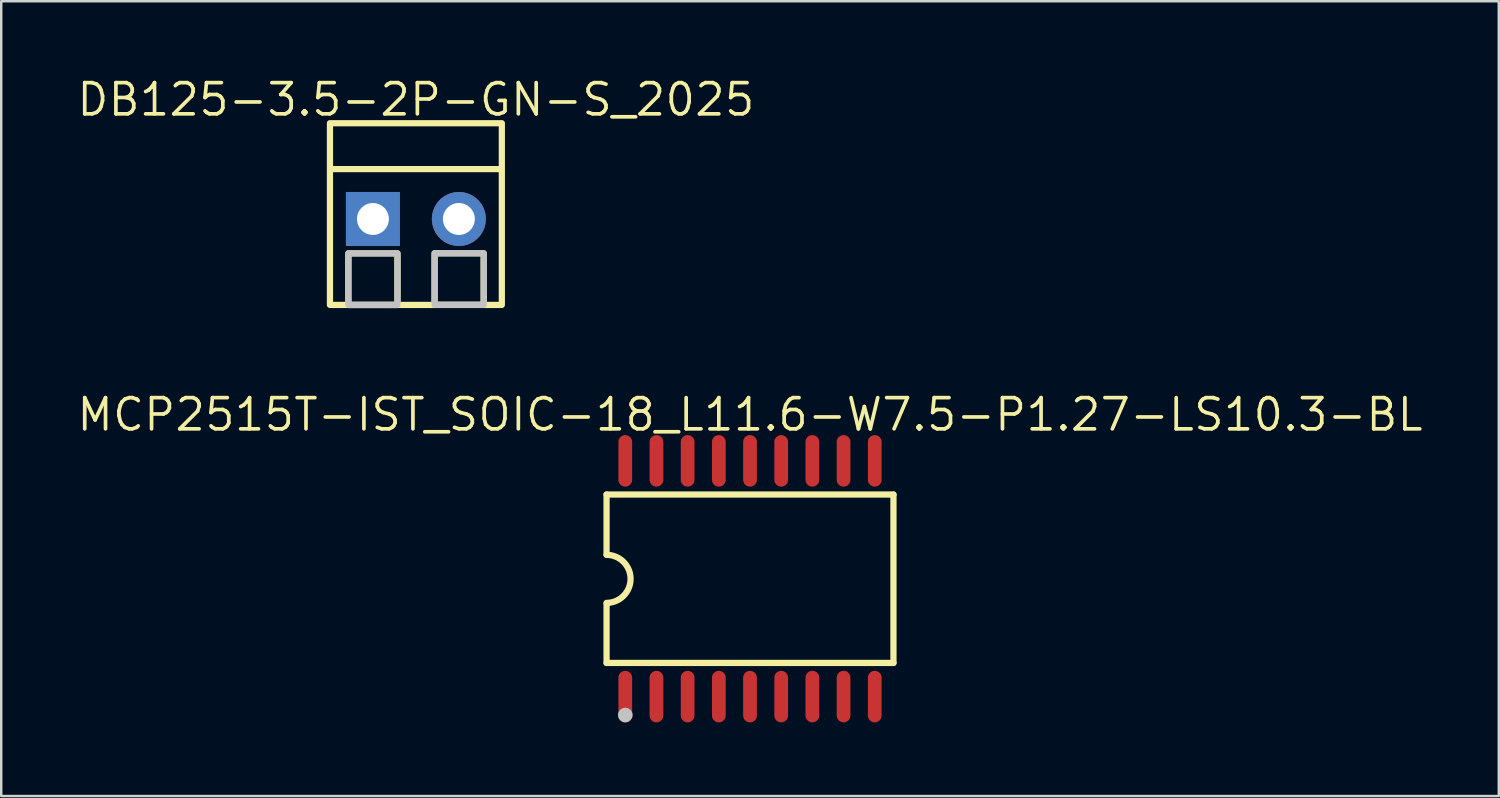
<source format=kicad_pcb>
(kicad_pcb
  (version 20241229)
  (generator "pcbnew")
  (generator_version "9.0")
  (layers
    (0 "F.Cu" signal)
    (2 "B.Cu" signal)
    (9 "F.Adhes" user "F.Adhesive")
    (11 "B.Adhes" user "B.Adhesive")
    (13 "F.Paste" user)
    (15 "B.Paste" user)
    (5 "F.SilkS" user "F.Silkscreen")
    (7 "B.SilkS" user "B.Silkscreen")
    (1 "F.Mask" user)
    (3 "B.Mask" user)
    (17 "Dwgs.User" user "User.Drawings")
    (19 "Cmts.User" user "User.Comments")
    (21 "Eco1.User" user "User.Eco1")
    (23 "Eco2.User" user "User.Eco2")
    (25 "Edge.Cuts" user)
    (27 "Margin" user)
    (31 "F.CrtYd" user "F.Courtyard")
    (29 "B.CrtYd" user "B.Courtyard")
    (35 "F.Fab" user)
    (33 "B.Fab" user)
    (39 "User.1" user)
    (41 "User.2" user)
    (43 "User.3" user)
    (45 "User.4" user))
  (footprint "MCP2515T-IST_SOIC-18_L11.6-W7.5-P1.27-LS10.3-BL"
    (layer "F.Cu")
    (at 27.494 20.519)
    (property "Reference" "MCP2515T-IST_SOIC-18_L11.6-W7.5-P1.27-LS10.3-BL" (at 0 -6.685 0) (layer "F.SilkS") (effects (font (size 1.27 1.27) (thickness 0.15))))
    (fp_line (start -5.842 -3.429) (end -5.842 -0.973) (stroke (width 0.254) (type default)) (layer "F.SilkS"))
    (fp_line (start -5.842 -3.429) (end 5.842 -3.429) (stroke (width 0.254) (type default)) (layer "F.SilkS"))
    (fp_line (start -5.842 3.429) (end -5.842 1.011) (stroke (width 0.254) (type default)) (layer "F.SilkS"))
    (fp_line (start 5.842 -3.429) (end 5.842 3.429) (stroke (width 0.254) (type default)) (layer "F.SilkS"))
    (fp_line (start 5.842 3.429) (end -5.842 3.429) (stroke (width 0.254) (type default)) (layer "F.SilkS"))
    (fp_arc (start -5.842 -0.9728) (mid -4.8641 0.0051) (end -5.842 0.983) (stroke (width 0.254) (type default)) (layer "F.SilkS"))
    (fp_circle (center -5.08 5.55) (end -4.93 5.55) (stroke (width 0.3) (type default)) (fill no) (layer "Dwgs.User"))
    (fp_circle (center -5.07 2.55) (end -5.04 2.55) (stroke (width 0.06) (type default)) (fill no) (layer "User.5"))
    (pad "1" smd oval (at -5.08 4.8) (size 0.56 2.1) (layers "F.Cu" "F.Mask" "F.Paste"))
    (pad "2" smd oval (at -3.81 4.8) (size 0.56 2.1) (layers "F.Cu" "F.Mask" "F.Paste"))
    (pad "3" smd oval (at -2.54 4.8) (size 0.56 2.1) (layers "F.Cu" "F.Mask" "F.Paste"))
    (pad "4" smd oval (at -1.27 4.8) (size 0.56 2.1) (layers "F.Cu" "F.Mask" "F.Paste"))
    (pad "5" smd oval (at 0 4.8) (size 0.56 2.1) (layers "F.Cu" "F.Mask" "F.Paste"))
    (pad "6" smd oval (at 1.27 4.8) (size 0.56 2.1) (layers "F.Cu" "F.Mask" "F.Paste"))
    (pad "7" smd oval (at 2.54 4.8) (size 0.56 2.1) (layers "F.Cu" "F.Mask" "F.Paste"))
    (pad "8" smd oval (at 3.81 4.8) (size 0.56 2.1) (layers "F.Cu" "F.Mask" "F.Paste"))
    (pad "9" smd oval (at 5.08 4.8) (size 0.56 2.1) (layers "F.Cu" "F.Mask" "F.Paste"))
    (pad "10" smd oval (at 5.08 -4.8) (size 0.56 2.1) (layers "F.Cu" "F.Mask" "F.Paste"))
    (pad "11" smd oval (at 3.81 -4.8) (size 0.56 2.1) (layers "F.Cu" "F.Mask" "F.Paste"))
    (pad "12" smd oval (at 2.54 -4.8) (size 0.56 2.1) (layers "F.Cu" "F.Mask" "F.Paste"))
    (pad "13" smd oval (at 1.27 -4.8) (size 0.56 2.1) (layers "F.Cu" "F.Mask" "F.Paste"))
    (pad "14" smd oval (at 0 -4.8) (size 0.56 2.1) (layers "F.Cu" "F.Mask" "F.Paste"))
    (pad "15" smd oval (at -1.27 -4.8) (size 0.56 2.1) (layers "F.Cu" "F.Mask" "F.Paste"))
    (pad "16" smd oval (at -2.54 -4.8) (size 0.56 2.1) (layers "F.Cu" "F.Mask" "F.Paste"))
    (pad "17" smd oval (at -3.81 -4.8) (size 0.56 2.1) (layers "F.Cu" "F.Mask" "F.Paste"))
    (pad "18" smd oval (at -5.08 -4.8) (size 0.56 2.1) (layers "F.Cu" "F.Mask" "F.Paste"))
    (zone (net_name "") (layer "F.SilkS") (hatch edge 0.5) (priority 100) (connect_pads yes) (min_thickness 0) (filled_areas_thickness no) (fill yes) (polygon (pts (arc (start 21.943716 23.0493) (mid 22.483716 22.505587) (end 23.023716 23.0493)) (arc (start 23.023716 23.0493) (mid 22.483716 23.593013) (end 21.943716 23.0493)))) (filled_polygon (layer "F.SilkS") (island) (pts (arc (start 21.943716 23.0493) (mid 22.483716 22.505587) (end 23.023716 23.0493)) (arc (start 23.023716 23.0493) (mid 22.483716 23.593013) (end 21.943716 23.0493)))))
    (zone (net_name "") (layer "User.3") (hatch edge 0.5) (priority 100) (connect_pads yes) (min_thickness 0) (filled_areas_thickness no) (fill yes) (polygon (pts (xy 21.719 24.269) (xy 21.719 16.769) (xy 33.269 16.769) (xy 33.269 24.269))) (filled_polygon (layer "User.3") (island) (pts (xy 21.719 24.269) (xy 21.719 16.769) (xy 33.269 16.769) (xy 33.269 24.269))))
    (zone (net_name "") (layer "User.4") (hatch edge 0.5) (priority 100) (connect_pads yes) (min_thickness 0) (filled_areas_thickness no) (fill yes) (polygon (pts (xy 22.214 15.369) (xy 22.214 16.069) (xy 22.614 16.069) (xy 22.614 15.369))) (filled_polygon (layer "User.4") (island) (pts (xy 22.214 15.369) (xy 22.214 16.069) (xy 22.614 16.069) (xy 22.614 15.369))))
    (zone (net_name "") (layer "User.4") (hatch edge 0.5) (priority 100) (connect_pads) (min_thickness 0) (filled_areas_thickness no) (keepout (tracks allowed) (vias allowed) (pads allowed) (copperpour not_allowed) (footprints allowed)) (placement (enabled no)) (fill) (polygon (pts (xy 22.214 16.059) (xy 22.214 17.029) (xy 22.614 17.029) (xy 22.614 16.059))))
    (zone (net_name "") (layer "User.4") (hatch edge 0.5) (priority 100) (connect_pads) (min_thickness 0) (filled_areas_thickness no) (keepout (tracks allowed) (vias allowed) (pads allowed) (copperpour not_allowed) (footprints allowed)) (placement (enabled no)) (fill) (polygon (pts (xy 22.214 24.979) (xy 22.214 24.009) (xy 22.614 24.009) (xy 22.614 24.979))))
    (zone (net_name "") (layer "User.4") (hatch edge 0.5) (priority 100) (connect_pads yes) (min_thickness 0) (filled_areas_thickness no) (fill yes) (polygon (pts (xy 22.214 25.669) (xy 22.214 24.969) (xy 22.614 24.969) (xy 22.614 25.669))) (filled_polygon (layer "User.4") (island) (pts (xy 22.214 25.669) (xy 22.214 24.969) (xy 22.614 24.969) (xy 22.614 25.669))))
    (zone (net_name "") (layer "User.4") (hatch edge 0.5) (priority 100) (connect_pads yes) (min_thickness 0) (filled_areas_thickness no) (fill yes) (polygon (pts (xy 23.484 15.369) (xy 23.484 16.069) (xy 23.884 16.069) (xy 23.884 15.369))) (filled_polygon (layer "User.4") (island) (pts (xy 23.484 15.369) (xy 23.484 16.069) (xy 23.884 16.069) (xy 23.884 15.369))))
    (zone (net_name "") (layer "User.4") (hatch edge 0.5) (priority 100) (connect_pads) (min_thickness 0) (filled_areas_thickness no) (keepout (tracks allowed) (vias allowed) (pads allowed) (copperpour not_allowed) (footprints allowed)) (placement (enabled no)) (fill) (polygon (pts (xy 23.484 16.059) (xy 23.484 17.029) (xy 23.884 17.029) (xy 23.884 16.059))))
    (zone (net_name "") (layer "User.4") (hatch edge 0.5) (priority 100) (connect_pads) (min_thickness 0) (filled_areas_thickness no) (keepout (tracks allowed) (vias allowed) (pads allowed) (copperpour not_allowed) (footprints allowed)) (placement (enabled no)) (fill) (polygon (pts (xy 23.484 24.979) (xy 23.484 24.009) (xy 23.884 24.009) (xy 23.884 24.979))))
    (zone (net_name "") (layer "User.4") (hatch edge 0.5) (priority 100) (connect_pads yes) (min_thickness 0) (filled_areas_thickness no) (fill yes) (polygon (pts (xy 23.484 25.669) (xy 23.484 24.969) (xy 23.884 24.969) (xy 23.884 25.669))) (filled_polygon (layer "User.4") (island) (pts (xy 23.484 25.669) (xy 23.484 24.969) (xy 23.884 24.969) (xy 23.884 25.669))))
    (zone (net_name "") (layer "User.4") (hatch edge 0.5) (priority 100) (connect_pads yes) (min_thickness 0) (filled_areas_thickness no) (fill yes) (polygon (pts (xy 24.754 15.369) (xy 24.754 16.069) (xy 25.154 16.069) (xy 25.154 15.369))) (filled_polygon (layer "User.4") (island) (pts (xy 24.754 15.369) (xy 24.754 16.069) (xy 25.154 16.069) (xy 25.154 15.369))))
    (zone (net_name "") (layer "User.4") (hatch edge 0.5) (priority 100) (connect_pads) (min_thickness 0) (filled_areas_thickness no) (keepout (tracks allowed) (vias allowed) (pads allowed) (copperpour not_allowed) (footprints allowed)) (placement (enabled no)) (fill) (polygon (pts (xy 24.754 16.059) (xy 24.754 17.029) (xy 25.154 17.029) (xy 25.154 16.059))))
    (zone (net_name "") (layer "User.4") (hatch edge 0.5) (priority 100) (connect_pads) (min_thickness 0) (filled_areas_thickness no) (keepout (tracks allowed) (vias allowed) (pads allowed) (copperpour not_allowed) (footprints allowed)) (placement (enabled no)) (fill) (polygon (pts (xy 24.754 24.979) (xy 24.754 24.009) (xy 25.154 24.009) (xy 25.154 24.979))))
    (zone (net_name "") (layer "User.4") (hatch edge 0.5) (priority 100) (connect_pads yes) (min_thickness 0) (filled_areas_thickness no) (fill yes) (polygon (pts (xy 24.754 25.669) (xy 24.754 24.969) (xy 25.154 24.969) (xy 25.154 25.669))) (filled_polygon (layer "User.4") (island) (pts (xy 24.754 25.669) (xy 24.754 24.969) (xy 25.154 24.969) (xy 25.154 25.669))))
    (zone (net_name "") (layer "User.4") (hatch edge 0.5) (priority 100) (connect_pads yes) (min_thickness 0) (filled_areas_thickness no) (fill yes) (polygon (pts (xy 26.024 15.369) (xy 26.024 16.069) (xy 26.424 16.069) (xy 26.424 15.369))) (filled_polygon (layer "User.4") (island) (pts (xy 26.024 15.369) (xy 26.024 16.069) (xy 26.424 16.069) (xy 26.424 15.369))))
    (zone (net_name "") (layer "User.4") (hatch edge 0.5) (priority 100) (connect_pads) (min_thickness 0) (filled_areas_thickness no) (keepout (tracks allowed) (vias allowed) (pads allowed) (copperpour not_allowed) (footprints allowed)) (placement (enabled no)) (fill) (polygon (pts (xy 26.024 16.059) (xy 26.024 17.029) (xy 26.424 17.029) (xy 26.424 16.059))))
    (zone (net_name "") (layer "User.4") (hatch edge 0.5) (priority 100) (connect_pads) (min_thickness 0) (filled_areas_thickness no) (keepout (tracks allowed) (vias allowed) (pads allowed) (copperpour not_allowed) (footprints allowed)) (placement (enabled no)) (fill) (polygon (pts (xy 26.024 24.979) (xy 26.024 24.009) (xy 26.424 24.009) (xy 26.424 24.979))))
    (zone (net_name "") (layer "User.4") (hatch edge 0.5) (priority 100) (connect_pads yes) (min_thickness 0) (filled_areas_thickness no) (fill yes) (polygon (pts (xy 26.024 25.669) (xy 26.024 24.969) (xy 26.424 24.969) (xy 26.424 25.669))) (filled_polygon (layer "User.4") (island) (pts (xy 26.024 25.669) (xy 26.024 24.969) (xy 26.424 24.969) (xy 26.424 25.669))))
    (zone (net_name "") (layer "User.4") (hatch edge 0.5) (priority 100) (connect_pads yes) (min_thickness 0) (filled_areas_thickness no) (fill yes) (polygon (pts (xy 27.294 15.369) (xy 27.294 16.069) (xy 27.694 16.069) (xy 27.694 15.369))) (filled_polygon (layer "User.4") (island) (pts (xy 27.294 15.369) (xy 27.294 16.069) (xy 27.694 16.069) (xy 27.694 15.369))))
    (zone (net_name "") (layer "User.4") (hatch edge 0.5) (priority 100) (connect_pads) (min_thickness 0) (filled_areas_thickness no) (keepout (tracks allowed) (vias allowed) (pads allowed) (copperpour not_allowed) (footprints allowed)) (placement (enabled no)) (fill) (polygon (pts (xy 27.294 16.059) (xy 27.294 17.029) (xy 27.694 17.029) (xy 27.694 16.059))))
    (zone (net_name "") (layer "User.4") (hatch edge 0.5) (priority 100) (connect_pads) (min_thickness 0) (filled_areas_thickness no) (keepout (tracks allowed) (vias allowed) (pads allowed) (copperpour not_allowed) (footprints allowed)) (placement (enabled no)) (fill) (polygon (pts (xy 27.294 24.979) (xy 27.294 24.009) (xy 27.694 24.009) (xy 27.694 24.979))))
    (zone (net_name "") (layer "User.4") (hatch edge 0.5) (priority 100) (connect_pads yes) (min_thickness 0) (filled_areas_thickness no) (fill yes) (polygon (pts (xy 27.294 25.669) (xy 27.294 24.969) (xy 27.694 24.969) (xy 27.694 25.669))) (filled_polygon (layer "User.4") (island) (pts (xy 27.294 25.669) (xy 27.294 24.969) (xy 27.694 24.969) (xy 27.694 25.669))))
    (zone (net_name "") (layer "User.4") (hatch edge 0.5) (priority 100) (connect_pads yes) (min_thickness 0) (filled_areas_thickness no) (fill yes) (polygon (pts (xy 28.564 15.369) (xy 28.564 16.069) (xy 28.964 16.069) (xy 28.964 15.369))) (filled_polygon (layer "User.4") (island) (pts (xy 28.564 15.369) (xy 28.564 16.069) (xy 28.964 16.069) (xy 28.964 15.369))))
    (zone (net_name "") (layer "User.4") (hatch edge 0.5) (priority 100) (connect_pads) (min_thickness 0) (filled_areas_thickness no) (keepout (tracks allowed) (vias allowed) (pads allowed) (copperpour not_allowed) (footprints allowed)) (placement (enabled no)) (fill) (polygon (pts (xy 28.564 16.059) (xy 28.564 17.029) (xy 28.964 17.029) (xy 28.964 16.059))))
    (zone (net_name "") (layer "User.4") (hatch edge 0.5) (priority 100) (connect_pads) (min_thickness 0) (filled_areas_thickness no) (keepout (tracks allowed) (vias allowed) (pads allowed) (copperpour not_allowed) (footprints allowed)) (placement (enabled no)) (fill) (polygon (pts (xy 28.564 24.979) (xy 28.564 24.009) (xy 28.964 24.009) (xy 28.964 24.979))))
    (zone (net_name "") (layer "User.4") (hatch edge 0.5) (priority 100) (connect_pads yes) (min_thickness 0) (filled_areas_thickness no) (fill yes) (polygon (pts (xy 28.564 25.669) (xy 28.564 24.969) (xy 28.964 24.969) (xy 28.964 25.669))) (filled_polygon (layer "User.4") (island) (pts (xy 28.564 25.669) (xy 28.564 24.969) (xy 28.964 24.969) (xy 28.964 25.669))))
    (zone (net_name "") (layer "User.4") (hatch edge 0.5) (priority 100) (connect_pads yes) (min_thickness 0) (filled_areas_thickness no) (fill yes) (polygon (pts (xy 29.834 15.369) (xy 29.834 16.069) (xy 30.234 16.069) (xy 30.234 15.369))) (filled_polygon (layer "User.4") (island) (pts (xy 29.834 15.369) (xy 29.834 16.069) (xy 30.234 16.069) (xy 30.234 15.369))))
    (zone (net_name "") (layer "User.4") (hatch edge 0.5) (priority 100) (connect_pads) (min_thickness 0) (filled_areas_thickness no) (keepout (tracks allowed) (vias allowed) (pads allowed) (copperpour not_allowed) (footprints allowed)) (placement (enabled no)) (fill) (polygon (pts (xy 29.834 16.059) (xy 29.834 17.029) (xy 30.234 17.029) (xy 30.234 16.059))))
    (zone (net_name "") (layer "User.4") (hatch edge 0.5) (priority 100) (connect_pads) (min_thickness 0) (filled_areas_thickness no) (keepout (tracks allowed) (vias allowed) (pads allowed) (copperpour not_allowed) (footprints allowed)) (placement (enabled no)) (fill) (polygon (pts (xy 29.834 24.979) (xy 29.834 24.009) (xy 30.234 24.009) (xy 30.234 24.979))))
    (zone (net_name "") (layer "User.4") (hatch edge 0.5) (priority 100) (connect_pads yes) (min_thickness 0) (filled_areas_thickness no) (fill yes) (polygon (pts (xy 29.834 25.669) (xy 29.834 24.969) (xy 30.234 24.969) (xy 30.234 25.669))) (filled_polygon (layer "User.4") (island) (pts (xy 29.834 25.669) (xy 29.834 24.969) (xy 30.234 24.969) (xy 30.234 25.669))))
    (zone (net_name "") (layer "User.4") (hatch edge 0.5) (priority 100) (connect_pads yes) (min_thickness 0) (filled_areas_thickness no) (fill yes) (polygon (pts (xy 31.104 15.369) (xy 31.104 16.069) (xy 31.504 16.069) (xy 31.504 15.369))) (filled_polygon (layer "User.4") (island) (pts (xy 31.104 15.369) (xy 31.104 16.069) (xy 31.504 16.069) (xy 31.504 15.369))))
    (zone (net_name "") (layer "User.4") (hatch edge 0.5) (priority 100) (connect_pads) (min_thickness 0) (filled_areas_thickness no) (keepout (tracks allowed) (vias allowed) (pads allowed) (copperpour not_allowed) (footprints allowed)) (placement (enabled no)) (fill) (polygon (pts (xy 31.104 16.059) (xy 31.104 17.029) (xy 31.504 17.029) (xy 31.504 16.059))))
    (zone (net_name "") (layer "User.4") (hatch edge 0.5) (priority 100) (connect_pads) (min_thickness 0) (filled_areas_thickness no) (keepout (tracks allowed) (vias allowed) (pads allowed) (copperpour not_allowed) (footprints allowed)) (placement (enabled no)) (fill) (polygon (pts (xy 31.104 24.979) (xy 31.104 24.009) (xy 31.504 24.009) (xy 31.504 24.979))))
    (zone (net_name "") (layer "User.4") (hatch edge 0.5) (priority 100) (connect_pads yes) (min_thickness 0) (filled_areas_thickness no) (fill yes) (polygon (pts (xy 31.104 25.669) (xy 31.104 24.969) (xy 31.504 24.969) (xy 31.504 25.669))) (filled_polygon (layer "User.4") (island) (pts (xy 31.104 25.669) (xy 31.104 24.969) (xy 31.504 24.969) (xy 31.504 25.669))))
    (zone (net_name "") (layer "User.4") (hatch edge 0.5) (priority 100) (connect_pads yes) (min_thickness 0) (filled_areas_thickness no) (fill yes) (polygon (pts (xy 32.374 15.369) (xy 32.374 16.069) (xy 32.774 16.069) (xy 32.774 15.369))) (filled_polygon (layer "User.4") (island) (pts (xy 32.374 15.369) (xy 32.374 16.069) (xy 32.774 16.069) (xy 32.774 15.369))))
    (zone (net_name "") (layer "User.4") (hatch edge 0.5) (priority 100) (connect_pads) (min_thickness 0) (filled_areas_thickness no) (keepout (tracks allowed) (vias allowed) (pads allowed) (copperpour not_allowed) (footprints allowed)) (placement (enabled no)) (fill) (polygon (pts (xy 32.374 16.059) (xy 32.374 17.029) (xy 32.774 17.029) (xy 32.774 16.059))))
    (zone (net_name "") (layer "User.4") (hatch edge 0.5) (priority 100) (connect_pads) (min_thickness 0) (filled_areas_thickness no) (keepout (tracks allowed) (vias allowed) (pads allowed) (copperpour not_allowed) (footprints allowed)) (placement (enabled no)) (fill) (polygon (pts (xy 32.374 24.979) (xy 32.374 24.009) (xy 32.774 24.009) (xy 32.774 24.979))))
    (zone (net_name "") (layer "User.4") (hatch edge 0.5) (priority 100) (connect_pads yes) (min_thickness 0) (filled_areas_thickness no) (fill yes) (polygon (pts (xy 32.374 25.669) (xy 32.374 24.969) (xy 32.774 24.969) (xy 32.774 25.669))) (filled_polygon (layer "User.4") (island) (pts (xy 32.374 25.669) (xy 32.374 24.969) (xy 32.774 24.969) (xy 32.774 25.669)))))
  (footprint "DB125-3.5-2P-GN-S_2025"
    (layer "F.Cu")
    (at 13.887 5.868)
    (property "Reference" "DB125-3.5-2P-GN-S_2025" (at -0.0001 -4.862 0) (layer "F.SilkS") (effects (font (size 1.27 1.27) (thickness 0.15))))
    (fp_line (start -3.457 -2.032) (end 3.429 -2.032) (stroke (width 0.254) (type default)) (layer "F.SilkS"))
    (fp_rect (start -3.5 -3.9) (end 3.5 3.5) (stroke (width 0.254) (type default)) (fill no) (layer "F.SilkS"))
    (fp_rect (start -2.75 1.4) (end -0.75 3.5) (stroke (width 0.254) (type default)) (fill no) (layer "F.SilkS"))
    (fp_rect (start 0.762 1.397) (end 2.762 3.497) (stroke (width 0.254) (type default)) (fill no) (layer "F.SilkS"))
    (fp_rect (start -2.75 1.4) (end -0.75 3.5) (stroke (width 0.254) (type default)) (fill no) (layer "Dwgs.User"))
    (fp_rect (start 0.762 1.397) (end 2.762 3.497) (stroke (width 0.254) (type default)) (fill no) (layer "Dwgs.User"))
    (fp_circle (center -1.75 0) (end -1.475 0) (stroke (width 0.55) (type default)) (fill no) (layer "User.4"))
    (fp_circle (center 1.75 0) (end 2.025 0) (stroke (width 0.55) (type default)) (fill no) (layer "User.4"))
    (fp_circle (center -3.5 3.9) (end -3.47 3.9) (stroke (width 0.06) (type default)) (fill no) (layer "User.5"))
    (pad "1" thru_hole rect (at -1.75 0) (size 2.2 2.2) (drill 1.3) (layers "*.Cu" "*.Mask"))
    (pad "2" thru_hole oval (at 1.75 0) (size 2.2 2.2) (drill 1.3) (layers "*.Cu" "*.Mask"))
    (zone (net_name "") (layer "Dwgs.User") (hatch edge 0.5) (priority 100) (connect_pads yes) (min_thickness 0) (filled_areas_thickness no) (fill yes) (polygon (pts (xy 12.127 7.638) (xy 11.637 8.128) (xy 12.607 8.128))) (filled_polygon (layer "Dwgs.User") (island) (pts (xy 12.127 7.638) (xy 11.637 8.128) (xy 12.607 8.128))))
    (zone (net_name "") (layer "Dwgs.User") (hatch edge 0.5) (priority 100) (connect_pads yes) (min_thickness 0) (filled_areas_thickness no) (fill yes) (polygon (pts (xy 15.639 7.635) (xy 15.149 8.125) (xy 16.119 8.125))) (filled_polygon (layer "Dwgs.User") (island) (pts (xy 15.639 7.635) (xy 15.149 8.125) (xy 16.119 8.125))))
    (zone (net_name "") (layer "Dwgs.User") (hatch edge 0.5) (priority 100) (connect_pads yes) (min_thickness 0) (filled_areas_thickness no) (fill yes) (polygon (pts (xy 11.937 9.138) (xy 11.937 8.128) (xy 12.307 8.128) (xy 12.307 9.138))) (filled_polygon (layer "Dwgs.User") (island) (pts (xy 11.937 9.138) (xy 11.937 8.128) (xy 12.307 8.128) (xy 12.307 9.138))))
    (zone (net_name "") (layer "Dwgs.User") (hatch edge 0.5) (priority 100) (connect_pads yes) (min_thickness 0) (filled_areas_thickness no) (fill yes) (polygon (pts (xy 15.449 9.135) (xy 15.449 8.125) (xy 15.819 8.125) (xy 15.819 9.135))) (filled_polygon (layer "Dwgs.User") (island) (pts (xy 15.449 9.135) (xy 15.449 8.125) (xy 15.819 8.125) (xy 15.819 9.135))))
    (zone (net_name "") (layer "User.3") (hatch edge 0.5) (priority 100) (connect_pads yes) (min_thickness 0) (filled_areas_thickness no) (fill yes) (polygon (pts (xy 10.387 1.968) (xy 17.387 1.968) (xy 17.387 9.368) (xy 10.387 9.368))) (filled_polygon (layer "User.3") (island) (pts (xy 10.387 1.968) (xy 17.387 1.968) (xy 17.387 9.368) (xy 10.387 9.368)))))
  (gr_rect
    (start -3 -3)
    (end 57.987 29.369)
    (stroke (width 0.1) (type default))
    (fill no)
    (layer "Edge.Cuts")))
</source>
